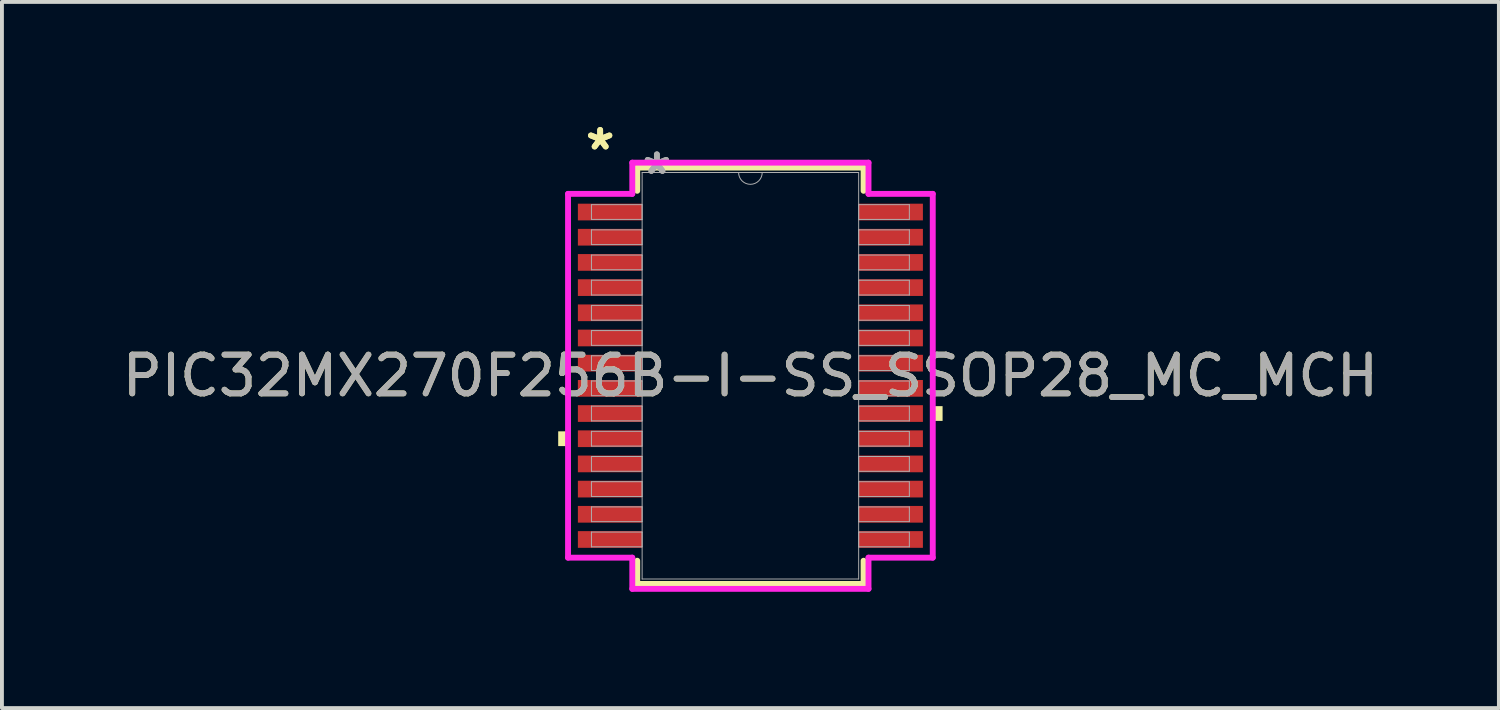
<source format=kicad_pcb>
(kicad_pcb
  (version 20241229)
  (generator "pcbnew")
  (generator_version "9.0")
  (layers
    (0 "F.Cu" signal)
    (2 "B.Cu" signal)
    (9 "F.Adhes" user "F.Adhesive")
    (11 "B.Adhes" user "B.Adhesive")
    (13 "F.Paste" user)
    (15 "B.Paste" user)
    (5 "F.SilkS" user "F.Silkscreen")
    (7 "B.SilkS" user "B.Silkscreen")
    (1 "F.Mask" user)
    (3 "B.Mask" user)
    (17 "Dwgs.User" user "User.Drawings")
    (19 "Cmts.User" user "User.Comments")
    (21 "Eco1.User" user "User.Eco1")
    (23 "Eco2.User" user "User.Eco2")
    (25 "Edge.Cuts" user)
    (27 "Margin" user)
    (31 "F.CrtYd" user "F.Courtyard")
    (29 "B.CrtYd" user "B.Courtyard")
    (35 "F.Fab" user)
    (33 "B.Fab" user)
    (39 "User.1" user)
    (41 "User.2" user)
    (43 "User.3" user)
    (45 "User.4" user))
  (footprint "PIC32MX270F256B-I-SS_SSOP28_MC_MCH"
    (layer "F.Cu")
    (at 16.315 6.647)
    (property "Reference" "PIC32MX270F256B-I-SS_SSOP28_MC_MCH" (at 0 0 0) (unlocked yes) (layer "F.SilkS") (effects (font (size 1 1) (thickness 0.15))))
    (attr smd)
    (fp_line (start -2.921 -5.372) (end -2.921 -4.773) (stroke (width 0.152) (type solid)) (layer "F.SilkS"))
    (fp_line (start -2.921 4.773) (end -2.921 5.372) (stroke (width 0.152) (type solid)) (layer "F.SilkS"))
    (fp_line (start -2.921 5.372) (end 2.921 5.372) (stroke (width 0.152) (type solid)) (layer "F.SilkS"))
    (fp_line (start 2.921 -5.372) (end -2.921 -5.372) (stroke (width 0.152) (type solid)) (layer "F.SilkS"))
    (fp_line (start 2.921 -4.773) (end 2.921 -5.372) (stroke (width 0.152) (type solid)) (layer "F.SilkS"))
    (fp_line (start 2.921 5.372) (end 2.921 4.773) (stroke (width 0.152) (type solid)) (layer "F.SilkS"))
    (fp_poly (pts (xy -4.96 1.434) (xy -4.96 1.815) (xy -4.706 1.815) (xy -4.706 1.434)) (stroke (width 0) (type solid)) (fill yes) (layer "F.SilkS"))
    (fp_poly (pts (xy 4.96 0.784) (xy 4.96 1.165) (xy 4.706 1.165) (xy 4.706 0.784)) (stroke (width 0) (type solid)) (fill yes) (layer "F.SilkS"))
    (fp_line (start -4.706 -4.694) (end -3.048 -4.694) (stroke (width 0.152) (type solid)) (layer "F.CrtYd"))
    (fp_line (start -4.706 4.694) (end -4.706 -4.694) (stroke (width 0.152) (type solid)) (layer "F.CrtYd"))
    (fp_line (start -4.706 4.694) (end -3.048 4.694) (stroke (width 0.152) (type solid)) (layer "F.CrtYd"))
    (fp_line (start -3.048 -5.499) (end 3.048 -5.499) (stroke (width 0.152) (type solid)) (layer "F.CrtYd"))
    (fp_line (start -3.048 -4.694) (end -3.048 -5.499) (stroke (width 0.152) (type solid)) (layer "F.CrtYd"))
    (fp_line (start -3.048 5.499) (end -3.048 4.694) (stroke (width 0.152) (type solid)) (layer "F.CrtYd"))
    (fp_line (start 3.048 -5.499) (end 3.048 -4.694) (stroke (width 0.152) (type solid)) (layer "F.CrtYd"))
    (fp_line (start 3.048 4.694) (end 3.048 5.499) (stroke (width 0.152) (type solid)) (layer "F.CrtYd"))
    (fp_line (start 3.048 5.499) (end -3.048 5.499) (stroke (width 0.152) (type solid)) (layer "F.CrtYd"))
    (fp_line (start 4.706 -4.694) (end 3.048 -4.694) (stroke (width 0.152) (type solid)) (layer "F.CrtYd"))
    (fp_line (start 4.706 -4.694) (end 4.706 4.694) (stroke (width 0.152) (type solid)) (layer "F.CrtYd"))
    (fp_line (start 4.706 4.694) (end 3.048 4.694) (stroke (width 0.152) (type solid)) (layer "F.CrtYd"))
    (fp_line (start -4.102 -4.415) (end -4.102 -4.035) (stroke (width 0.025) (type solid)) (layer "F.Fab"))
    (fp_line (start -4.102 -4.035) (end -2.794 -4.035) (stroke (width 0.025) (type solid)) (layer "F.Fab"))
    (fp_line (start -4.102 -3.765) (end -4.102 -3.385) (stroke (width 0.025) (type solid)) (layer "F.Fab"))
    (fp_line (start -4.102 -3.385) (end -2.794 -3.385) (stroke (width 0.025) (type solid)) (layer "F.Fab"))
    (fp_line (start -4.102 -3.115) (end -4.102 -2.735) (stroke (width 0.025) (type solid)) (layer "F.Fab"))
    (fp_line (start -4.102 -2.735) (end -2.794 -2.735) (stroke (width 0.025) (type solid)) (layer "F.Fab"))
    (fp_line (start -4.102 -2.466) (end -4.102 -2.084) (stroke (width 0.025) (type solid)) (layer "F.Fab"))
    (fp_line (start -4.102 -2.084) (end -2.794 -2.084) (stroke (width 0.025) (type solid)) (layer "F.Fab"))
    (fp_line (start -4.102 -1.816) (end -4.102 -1.435) (stroke (width 0.025) (type solid)) (layer "F.Fab"))
    (fp_line (start -4.102 -1.435) (end -2.794 -1.435) (stroke (width 0.025) (type solid)) (layer "F.Fab"))
    (fp_line (start -4.102 -1.166) (end -4.102 -0.785) (stroke (width 0.025) (type solid)) (layer "F.Fab"))
    (fp_line (start -4.102 -0.785) (end -2.794 -0.785) (stroke (width 0.025) (type solid)) (layer "F.Fab"))
    (fp_line (start -4.102 -0.516) (end -4.102 -0.135) (stroke (width 0.025) (type solid)) (layer "F.Fab"))
    (fp_line (start -4.102 -0.135) (end -2.794 -0.135) (stroke (width 0.025) (type solid)) (layer "F.Fab"))
    (fp_line (start -4.102 0.134) (end -4.102 0.515) (stroke (width 0.025) (type solid)) (layer "F.Fab"))
    (fp_line (start -4.102 0.515) (end -2.794 0.515) (stroke (width 0.025) (type solid)) (layer "F.Fab"))
    (fp_line (start -4.102 0.784) (end -4.102 1.165) (stroke (width 0.025) (type solid)) (layer "F.Fab"))
    (fp_line (start -4.102 1.165) (end -2.794 1.165) (stroke (width 0.025) (type solid)) (layer "F.Fab"))
    (fp_line (start -4.102 1.434) (end -4.102 1.815) (stroke (width 0.025) (type solid)) (layer "F.Fab"))
    (fp_line (start -4.102 1.815) (end -2.794 1.815) (stroke (width 0.025) (type solid)) (layer "F.Fab"))
    (fp_line (start -4.102 2.084) (end -4.102 2.465) (stroke (width 0.025) (type solid)) (layer "F.Fab"))
    (fp_line (start -4.102 2.465) (end -2.794 2.465) (stroke (width 0.025) (type solid)) (layer "F.Fab"))
    (fp_line (start -4.102 2.734) (end -4.102 3.115) (stroke (width 0.025) (type solid)) (layer "F.Fab"))
    (fp_line (start -4.102 3.115) (end -2.794 3.115) (stroke (width 0.025) (type solid)) (layer "F.Fab"))
    (fp_line (start -4.102 3.384) (end -4.102 3.765) (stroke (width 0.025) (type solid)) (layer "F.Fab"))
    (fp_line (start -4.102 3.765) (end -2.794 3.765) (stroke (width 0.025) (type solid)) (layer "F.Fab"))
    (fp_line (start -4.102 4.034) (end -4.102 4.415) (stroke (width 0.025) (type solid)) (layer "F.Fab"))
    (fp_line (start -4.102 4.415) (end -2.794 4.415) (stroke (width 0.025) (type solid)) (layer "F.Fab"))
    (fp_line (start -2.794 -5.245) (end -2.794 5.245) (stroke (width 0.025) (type solid)) (layer "F.Fab"))
    (fp_line (start -2.794 -4.415) (end -4.102 -4.415) (stroke (width 0.025) (type solid)) (layer "F.Fab"))
    (fp_line (start -2.794 -4.035) (end -2.794 -4.415) (stroke (width 0.025) (type solid)) (layer "F.Fab"))
    (fp_line (start -2.794 -3.765) (end -4.102 -3.765) (stroke (width 0.025) (type solid)) (layer "F.Fab"))
    (fp_line (start -2.794 -3.385) (end -2.794 -3.765) (stroke (width 0.025) (type solid)) (layer "F.Fab"))
    (fp_line (start -2.794 -3.115) (end -4.102 -3.115) (stroke (width 0.025) (type solid)) (layer "F.Fab"))
    (fp_line (start -2.794 -2.735) (end -2.794 -3.115) (stroke (width 0.025) (type solid)) (layer "F.Fab"))
    (fp_line (start -2.794 -2.466) (end -4.102 -2.466) (stroke (width 0.025) (type solid)) (layer "F.Fab"))
    (fp_line (start -2.794 -2.084) (end -2.794 -2.466) (stroke (width 0.025) (type solid)) (layer "F.Fab"))
    (fp_line (start -2.794 -1.816) (end -4.102 -1.816) (stroke (width 0.025) (type solid)) (layer "F.Fab"))
    (fp_line (start -2.794 -1.435) (end -2.794 -1.816) (stroke (width 0.025) (type solid)) (layer "F.Fab"))
    (fp_line (start -2.794 -1.166) (end -4.102 -1.166) (stroke (width 0.025) (type solid)) (layer "F.Fab"))
    (fp_line (start -2.794 -0.785) (end -2.794 -1.166) (stroke (width 0.025) (type solid)) (layer "F.Fab"))
    (fp_line (start -2.794 -0.516) (end -4.102 -0.516) (stroke (width 0.025) (type solid)) (layer "F.Fab"))
    (fp_line (start -2.794 -0.135) (end -2.794 -0.516) (stroke (width 0.025) (type solid)) (layer "F.Fab"))
    (fp_line (start -2.794 0.134) (end -4.102 0.134) (stroke (width 0.025) (type solid)) (layer "F.Fab"))
    (fp_line (start -2.794 0.515) (end -2.794 0.134) (stroke (width 0.025) (type solid)) (layer "F.Fab"))
    (fp_line (start -2.794 0.784) (end -4.102 0.784) (stroke (width 0.025) (type solid)) (layer "F.Fab"))
    (fp_line (start -2.794 1.165) (end -2.794 0.784) (stroke (width 0.025) (type solid)) (layer "F.Fab"))
    (fp_line (start -2.794 1.434) (end -4.102 1.434) (stroke (width 0.025) (type solid)) (layer "F.Fab"))
    (fp_line (start -2.794 1.815) (end -2.794 1.434) (stroke (width 0.025) (type solid)) (layer "F.Fab"))
    (fp_line (start -2.794 2.084) (end -4.102 2.084) (stroke (width 0.025) (type solid)) (layer "F.Fab"))
    (fp_line (start -2.794 2.465) (end -2.794 2.084) (stroke (width 0.025) (type solid)) (layer "F.Fab"))
    (fp_line (start -2.794 2.734) (end -4.102 2.734) (stroke (width 0.025) (type solid)) (layer "F.Fab"))
    (fp_line (start -2.794 3.115) (end -2.794 2.734) (stroke (width 0.025) (type solid)) (layer "F.Fab"))
    (fp_line (start -2.794 3.384) (end -4.102 3.384) (stroke (width 0.025) (type solid)) (layer "F.Fab"))
    (fp_line (start -2.794 3.765) (end -2.794 3.384) (stroke (width 0.025) (type solid)) (layer "F.Fab"))
    (fp_line (start -2.794 4.034) (end -4.102 4.034) (stroke (width 0.025) (type solid)) (layer "F.Fab"))
    (fp_line (start -2.794 4.415) (end -2.794 4.034) (stroke (width 0.025) (type solid)) (layer "F.Fab"))
    (fp_line (start -2.794 5.245) (end 2.794 5.245) (stroke (width 0.025) (type solid)) (layer "F.Fab"))
    (fp_line (start 2.794 -5.245) (end -2.794 -5.245) (stroke (width 0.025) (type solid)) (layer "F.Fab"))
    (fp_line (start 2.794 -4.415) (end 2.794 -4.034) (stroke (width 0.025) (type solid)) (layer "F.Fab"))
    (fp_line (start 2.794 -4.034) (end 4.102 -4.034) (stroke (width 0.025) (type solid)) (layer "F.Fab"))
    (fp_line (start 2.794 -3.765) (end 2.794 -3.384) (stroke (width 0.025) (type solid)) (layer "F.Fab"))
    (fp_line (start 2.794 -3.384) (end 4.102 -3.384) (stroke (width 0.025) (type solid)) (layer "F.Fab"))
    (fp_line (start 2.794 -3.115) (end 2.794 -2.734) (stroke (width 0.025) (type solid)) (layer "F.Fab"))
    (fp_line (start 2.794 -2.734) (end 4.102 -2.734) (stroke (width 0.025) (type solid)) (layer "F.Fab"))
    (fp_line (start 2.794 -2.465) (end 2.794 -2.084) (stroke (width 0.025) (type solid)) (layer "F.Fab"))
    (fp_line (start 2.794 -2.084) (end 4.102 -2.084) (stroke (width 0.025) (type solid)) (layer "F.Fab"))
    (fp_line (start 2.794 -1.815) (end 2.794 -1.434) (stroke (width 0.025) (type solid)) (layer "F.Fab"))
    (fp_line (start 2.794 -1.434) (end 4.102 -1.434) (stroke (width 0.025) (type solid)) (layer "F.Fab"))
    (fp_line (start 2.794 -1.165) (end 2.794 -0.784) (stroke (width 0.025) (type solid)) (layer "F.Fab"))
    (fp_line (start 2.794 -0.784) (end 4.102 -0.784) (stroke (width 0.025) (type solid)) (layer "F.Fab"))
    (fp_line (start 2.794 -0.515) (end 2.794 -0.134) (stroke (width 0.025) (type solid)) (layer "F.Fab"))
    (fp_line (start 2.794 -0.134) (end 4.102 -0.134) (stroke (width 0.025) (type solid)) (layer "F.Fab"))
    (fp_line (start 2.794 0.135) (end 2.794 0.516) (stroke (width 0.025) (type solid)) (layer "F.Fab"))
    (fp_line (start 2.794 0.516) (end 4.102 0.516) (stroke (width 0.025) (type solid)) (layer "F.Fab"))
    (fp_line (start 2.794 0.784) (end 2.794 1.165) (stroke (width 0.025) (type solid)) (layer "F.Fab"))
    (fp_line (start 2.794 1.165) (end 4.102 1.165) (stroke (width 0.025) (type solid)) (layer "F.Fab"))
    (fp_line (start 2.794 1.435) (end 2.794 1.815) (stroke (width 0.025) (type solid)) (layer "F.Fab"))
    (fp_line (start 2.794 1.815) (end 4.102 1.815) (stroke (width 0.025) (type solid)) (layer "F.Fab"))
    (fp_line (start 2.794 2.084) (end 2.794 2.466) (stroke (width 0.025) (type solid)) (layer "F.Fab"))
    (fp_line (start 2.794 2.466) (end 4.102 2.466) (stroke (width 0.025) (type solid)) (layer "F.Fab"))
    (fp_line (start 2.794 2.735) (end 2.794 3.115) (stroke (width 0.025) (type solid)) (layer "F.Fab"))
    (fp_line (start 2.794 3.115) (end 4.102 3.115) (stroke (width 0.025) (type solid)) (layer "F.Fab"))
    (fp_line (start 2.794 3.385) (end 2.794 3.765) (stroke (width 0.025) (type solid)) (layer "F.Fab"))
    (fp_line (start 2.794 3.765) (end 4.102 3.765) (stroke (width 0.025) (type solid)) (layer "F.Fab"))
    (fp_line (start 2.794 4.035) (end 2.794 4.415) (stroke (width 0.025) (type solid)) (layer "F.Fab"))
    (fp_line (start 2.794 4.415) (end 4.102 4.415) (stroke (width 0.025) (type solid)) (layer "F.Fab"))
    (fp_line (start 2.794 5.245) (end 2.794 -5.245) (stroke (width 0.025) (type solid)) (layer "F.Fab"))
    (fp_line (start 4.102 -4.415) (end 2.794 -4.415) (stroke (width 0.025) (type solid)) (layer "F.Fab"))
    (fp_line (start 4.102 -4.034) (end 4.102 -4.415) (stroke (width 0.025) (type solid)) (layer "F.Fab"))
    (fp_line (start 4.102 -3.765) (end 2.794 -3.765) (stroke (width 0.025) (type solid)) (layer "F.Fab"))
    (fp_line (start 4.102 -3.384) (end 4.102 -3.765) (stroke (width 0.025) (type solid)) (layer "F.Fab"))
    (fp_line (start 4.102 -3.115) (end 2.794 -3.115) (stroke (width 0.025) (type solid)) (layer "F.Fab"))
    (fp_line (start 4.102 -2.734) (end 4.102 -3.115) (stroke (width 0.025) (type solid)) (layer "F.Fab"))
    (fp_line (start 4.102 -2.465) (end 2.794 -2.465) (stroke (width 0.025) (type solid)) (layer "F.Fab"))
    (fp_line (start 4.102 -2.084) (end 4.102 -2.465) (stroke (width 0.025) (type solid)) (layer "F.Fab"))
    (fp_line (start 4.102 -1.815) (end 2.794 -1.815) (stroke (width 0.025) (type solid)) (layer "F.Fab"))
    (fp_line (start 4.102 -1.434) (end 4.102 -1.815) (stroke (width 0.025) (type solid)) (layer "F.Fab"))
    (fp_line (start 4.102 -1.165) (end 2.794 -1.165) (stroke (width 0.025) (type solid)) (layer "F.Fab"))
    (fp_line (start 4.102 -0.784) (end 4.102 -1.165) (stroke (width 0.025) (type solid)) (layer "F.Fab"))
    (fp_line (start 4.102 -0.515) (end 2.794 -0.515) (stroke (width 0.025) (type solid)) (layer "F.Fab"))
    (fp_line (start 4.102 -0.134) (end 4.102 -0.515) (stroke (width 0.025) (type solid)) (layer "F.Fab"))
    (fp_line (start 4.102 0.135) (end 2.794 0.135) (stroke (width 0.025) (type solid)) (layer "F.Fab"))
    (fp_line (start 4.102 0.516) (end 4.102 0.135) (stroke (width 0.025) (type solid)) (layer "F.Fab"))
    (fp_line (start 4.102 0.784) (end 2.794 0.784) (stroke (width 0.025) (type solid)) (layer "F.Fab"))
    (fp_line (start 4.102 1.165) (end 4.102 0.784) (stroke (width 0.025) (type solid)) (layer "F.Fab"))
    (fp_line (start 4.102 1.435) (end 2.794 1.435) (stroke (width 0.025) (type solid)) (layer "F.Fab"))
    (fp_line (start 4.102 1.815) (end 4.102 1.435) (stroke (width 0.025) (type solid)) (layer "F.Fab"))
    (fp_line (start 4.102 2.084) (end 2.794 2.084) (stroke (width 0.025) (type solid)) (layer "F.Fab"))
    (fp_line (start 4.102 2.466) (end 4.102 2.084) (stroke (width 0.025) (type solid)) (layer "F.Fab"))
    (fp_line (start 4.102 2.735) (end 2.794 2.735) (stroke (width 0.025) (type solid)) (layer "F.Fab"))
    (fp_line (start 4.102 3.115) (end 4.102 2.735) (stroke (width 0.025) (type solid)) (layer "F.Fab"))
    (fp_line (start 4.102 3.385) (end 2.794 3.385) (stroke (width 0.025) (type solid)) (layer "F.Fab"))
    (fp_line (start 4.102 3.765) (end 4.102 3.385) (stroke (width 0.025) (type solid)) (layer "F.Fab"))
    (fp_line (start 4.102 4.035) (end 2.794 4.035) (stroke (width 0.025) (type solid)) (layer "F.Fab"))
    (fp_line (start 4.102 4.415) (end 4.102 4.035) (stroke (width 0.025) (type solid)) (layer "F.Fab"))
    (fp_arc (start 0.3048 -5.2451) (mid 0 -4.9403) (end -0.3048 -5.2451) (stroke (width 0.0254) (type solid)) (layer "F.Fab"))
    (fp_text user "*" (at -3.877 -5.799 0) (layer "F.SilkS") (effects (font (size 1 1) (thickness 0.15))))
    (fp_text user "*" (at -3.877 -5.799 0) (unlocked yes) (layer "F.SilkS") (effects (font (size 1 1) (thickness 0.15))))
    (fp_text user "*" (at -2.413 -5.169 0) (unlocked yes) (layer "F.Fab") (effects (font (size 1 1) (thickness 0.15))))
    (fp_text user "*" (at -2.413 -5.169 0) (layer "F.Fab") (effects (font (size 1 1) (thickness 0.15))))
    (fp_text user "${REFERENCE}" (at 0 0 0) (unlocked yes) (layer "F.Fab") (effects (font (size 1 1) (thickness 0.15))))
    (pad "1" smd rect (at -3.623 -4.225) (size 1.658 0.431) (layers "F.Cu" "F.Mask" "F.Paste"))
    (pad "2" smd rect (at -3.623 -3.575) (size 1.658 0.431) (layers "F.Cu" "F.Mask" "F.Paste"))
    (pad "3" smd rect (at -3.623 -2.925) (size 1.658 0.431) (layers "F.Cu" "F.Mask" "F.Paste"))
    (pad "4" smd rect (at -3.623 -2.275) (size 1.658 0.431) (layers "F.Cu" "F.Mask" "F.Paste"))
    (pad "5" smd rect (at -3.623 -1.625) (size 1.658 0.431) (layers "F.Cu" "F.Mask" "F.Paste"))
    (pad "6" smd rect (at -3.623 -0.975) (size 1.658 0.431) (layers "F.Cu" "F.Mask" "F.Paste"))
    (pad "7" smd rect (at -3.623 -0.325) (size 1.658 0.431) (layers "F.Cu" "F.Mask" "F.Paste"))
    (pad "8" smd rect (at -3.623 0.325) (size 1.658 0.431) (layers "F.Cu" "F.Mask" "F.Paste"))
    (pad "9" smd rect (at -3.623 0.975) (size 1.658 0.431) (layers "F.Cu" "F.Mask" "F.Paste"))
    (pad "10" smd rect (at -3.623 1.625) (size 1.658 0.431) (layers "F.Cu" "F.Mask" "F.Paste"))
    (pad "11" smd rect (at -3.623 2.275) (size 1.658 0.431) (layers "F.Cu" "F.Mask" "F.Paste"))
    (pad "12" smd rect (at -3.623 2.925) (size 1.658 0.431) (layers "F.Cu" "F.Mask" "F.Paste"))
    (pad "13" smd rect (at -3.623 3.575) (size 1.658 0.431) (layers "F.Cu" "F.Mask" "F.Paste"))
    (pad "14" smd rect (at -3.623 4.225) (size 1.658 0.431) (layers "F.Cu" "F.Mask" "F.Paste"))
    (pad "15" smd rect (at 3.623 4.225) (size 1.658 0.431) (layers "F.Cu" "F.Mask" "F.Paste"))
    (pad "16" smd rect (at 3.623 3.575) (size 1.658 0.431) (layers "F.Cu" "F.Mask" "F.Paste"))
    (pad "17" smd rect (at 3.623 2.925) (size 1.658 0.431) (layers "F.Cu" "F.Mask" "F.Paste"))
    (pad "18" smd rect (at 3.623 2.275) (size 1.658 0.431) (layers "F.Cu" "F.Mask" "F.Paste"))
    (pad "19" smd rect (at 3.623 1.625) (size 1.658 0.431) (layers "F.Cu" "F.Mask" "F.Paste"))
    (pad "20" smd rect (at 3.623 0.975) (size 1.658 0.431) (layers "F.Cu" "F.Mask" "F.Paste"))
    (pad "21" smd rect (at 3.623 0.325) (size 1.658 0.431) (layers "F.Cu" "F.Mask" "F.Paste"))
    (pad "22" smd rect (at 3.623 -0.325) (size 1.658 0.431) (layers "F.Cu" "F.Mask" "F.Paste"))
    (pad "23" smd rect (at 3.623 -0.975) (size 1.658 0.431) (layers "F.Cu" "F.Mask" "F.Paste"))
    (pad "24" smd rect (at 3.623 -1.625) (size 1.658 0.431) (layers "F.Cu" "F.Mask" "F.Paste"))
    (pad "25" smd rect (at 3.623 -2.275) (size 1.658 0.431) (layers "F.Cu" "F.Mask" "F.Paste"))
    (pad "26" smd rect (at 3.623 -2.925) (size 1.658 0.431) (layers "F.Cu" "F.Mask" "F.Paste"))
    (pad "27" smd rect (at 3.623 -3.575) (size 1.658 0.431) (layers "F.Cu" "F.Mask" "F.Paste"))
    (pad "28" smd rect (at 3.623 -4.225) (size 1.658 0.431) (layers "F.Cu" "F.Mask" "F.Paste")))
  (gr_rect
    (start -3 -3)
    (end 35.631 15.223)
    (stroke (width 0.1) (type default))
    (fill no)
    (layer "Edge.Cuts")))
</source>
